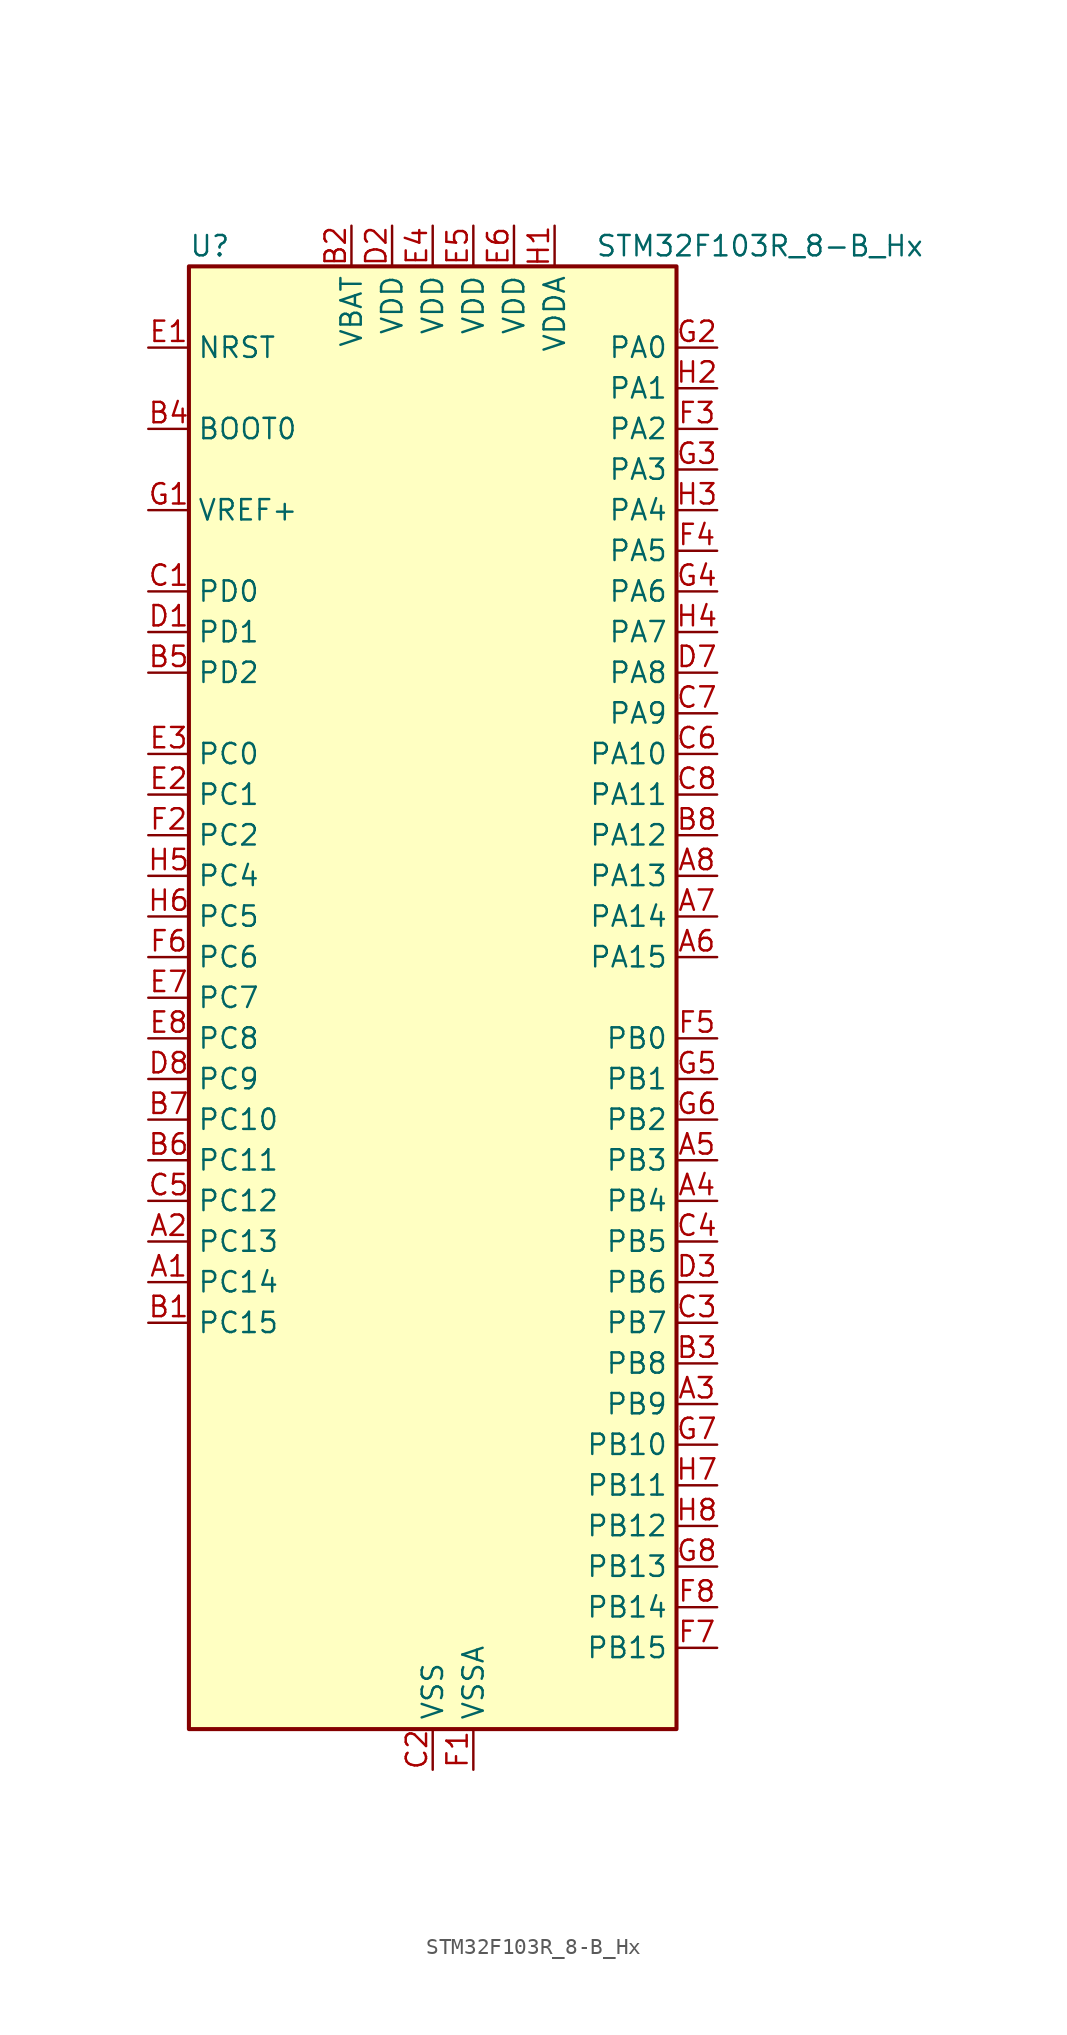
<source format=kicad_sym>
(kicad_symbol_lib
  (version 20241209)
  (generator "kicad_symbol_editor")
  (generator_version "9.0")
  (symbol "STM32F103R_8-B_Hx"
    (property "Reference" "U"
      (at -15.24 46.99 0)
      (effects (font (size 1.27 1.27)) (justify left)))
    (property "Value" "STM32F103R_8-B_Hx"
      (at 10.16 46.99 0)
      (effects (font (size 1.27 1.27)) (justify left)))
    (symbol "STM32F103R_8-B_Hx_0_1"
      (rectangle (start -15.24 -45.72) (end 15.24 45.72) (stroke (width 0.254) (type default)) (fill (type background))))
    (symbol "STM32F103R_8-B_Hx_1_1"
      (pin input line (at -17.78 40.64 0) (length 2.54) (name "NRST" (effects (font (size 1.27 1.27)))) (number "E1" (effects (font (size 1.27 1.27)))))
      (pin input line (at -17.78 35.56 0) (length 2.54) (name "BOOT0" (effects (font (size 1.27 1.27)))) (number "B4" (effects (font (size 1.27 1.27)))))
      (pin input line (at -17.78 30.48 0) (length 2.54) (name "VREF+" (effects (font (size 1.27 1.27)))) (number "G1" (effects (font (size 1.27 1.27)))))
      (pin bidirectional line (at -17.78 25.4 0) (length 2.54) (name "PD0" (effects (font (size 1.27 1.27)))) (number "C1" (effects (font (size 1.27 1.27)))) (alternate "RCC_OSC_IN" bidirectional line))
      (pin bidirectional line (at -17.78 22.86 0) (length 2.54) (name "PD1" (effects (font (size 1.27 1.27)))) (number "D1" (effects (font (size 1.27 1.27)))) (alternate "RCC_OSC_OUT" bidirectional line))
      (pin bidirectional line (at -17.78 20.32 0) (length 2.54) (name "PD2" (effects (font (size 1.27 1.27)))) (number "B5" (effects (font (size 1.27 1.27)))) (alternate "TIM3_ETR" bidirectional line))
      (pin bidirectional line (at -17.78 15.24 0) (length 2.54) (name "PC0" (effects (font (size 1.27 1.27)))) (number "E3" (effects (font (size 1.27 1.27)))) (alternate "ADC1_IN10" bidirectional line) (alternate "ADC2_IN10" bidirectional line))
      (pin bidirectional line (at -17.78 12.7 0) (length 2.54) (name "PC1" (effects (font (size 1.27 1.27)))) (number "E2" (effects (font (size 1.27 1.27)))) (alternate "ADC1_IN11" bidirectional line) (alternate "ADC2_IN11" bidirectional line))
      (pin bidirectional line (at -17.78 10.16 0) (length 2.54) (name "PC2" (effects (font (size 1.27 1.27)))) (number "F2" (effects (font (size 1.27 1.27)))) (alternate "ADC1_IN12" bidirectional line) (alternate "ADC2_IN12" bidirectional line))
      (pin bidirectional line (at -17.78 7.62 0) (length 2.54) (name "PC4" (effects (font (size 1.27 1.27)))) (number "H5" (effects (font (size 1.27 1.27)))) (alternate "ADC1_IN14" bidirectional line) (alternate "ADC2_IN14" bidirectional line))
      (pin bidirectional line (at -17.78 5.08 0) (length 2.54) (name "PC5" (effects (font (size 1.27 1.27)))) (number "H6" (effects (font (size 1.27 1.27)))) (alternate "ADC1_IN15" bidirectional line) (alternate "ADC2_IN15" bidirectional line))
      (pin bidirectional line (at -17.78 2.54 0) (length 2.54) (name "PC6" (effects (font (size 1.27 1.27)))) (number "F6" (effects (font (size 1.27 1.27)))) (alternate "TIM3_CH1" bidirectional line))
      (pin bidirectional line (at -17.78 0 0) (length 2.54) (name "PC7" (effects (font (size 1.27 1.27)))) (number "E7" (effects (font (size 1.27 1.27)))) (alternate "TIM3_CH2" bidirectional line))
      (pin bidirectional line (at -17.78 -2.54 0) (length 2.54) (name "PC8" (effects (font (size 1.27 1.27)))) (number "E8" (effects (font (size 1.27 1.27)))) (alternate "TIM3_CH3" bidirectional line))
      (pin bidirectional line (at -17.78 -5.08 0) (length 2.54) (name "PC9" (effects (font (size 1.27 1.27)))) (number "D8" (effects (font (size 1.27 1.27)))) (alternate "TIM3_CH4" bidirectional line))
      (pin bidirectional line (at -17.78 -7.62 0) (length 2.54) (name "PC10" (effects (font (size 1.27 1.27)))) (number "B7" (effects (font (size 1.27 1.27)))) (alternate "USART3_TX" bidirectional line))
      (pin bidirectional line (at -17.78 -10.16 0) (length 2.54) (name "PC11" (effects (font (size 1.27 1.27)))) (number "B6" (effects (font (size 1.27 1.27)))) (alternate "ADC1_EXTI11" bidirectional line) (alternate "ADC2_EXTI11" bidirectional line) (alternate "USART3_RX" bidirectional line))
      (pin bidirectional line (at -17.78 -12.7 0) (length 2.54) (name "PC12" (effects (font (size 1.27 1.27)))) (number "C5" (effects (font (size 1.27 1.27)))) (alternate "USART3_CK" bidirectional line))
      (pin bidirectional line (at -17.78 -15.24 0) (length 2.54) (name "PC13" (effects (font (size 1.27 1.27)))) (number "A2" (effects (font (size 1.27 1.27)))) (alternate "RTC_OUT" bidirectional line) (alternate "RTC_TAMPER" bidirectional line))
      (pin bidirectional line (at -17.78 -17.78 0) (length 2.54) (name "PC14" (effects (font (size 1.27 1.27)))) (number "A1" (effects (font (size 1.27 1.27)))) (alternate "RCC_OSC32_IN" bidirectional line))
      (pin bidirectional line (at -17.78 -20.32 0) (length 2.54) (name "PC15" (effects (font (size 1.27 1.27)))) (number "B1" (effects (font (size 1.27 1.27)))) (alternate "ADC1_EXTI15" bidirectional line) (alternate "ADC2_EXTI15" bidirectional line) (alternate "RCC_OSC32_OUT" bidirectional line))
      (pin power_in line (at -5.08 48.26 270) (length 2.54) (name "VBAT" (effects (font (size 1.27 1.27)))) (number "B2" (effects (font (size 1.27 1.27)))))
      (pin power_in line (at -2.54 48.26 270) (length 2.54) (name "VDD" (effects (font (size 1.27 1.27)))) (number "D2" (effects (font (size 1.27 1.27)))))
      (pin power_in line (at 0 48.26 270) (length 2.54) (name "VDD" (effects (font (size 1.27 1.27)))) (number "E4" (effects (font (size 1.27 1.27)))))
      (pin power_in line (at 0 -48.26 90) (length 2.54) (name "VSS" (effects (font (size 1.27 1.27)))) (number "C2" (effects (font (size 1.27 1.27)))))
      (pin passive line (at 0 -48.26 90) (length 2.54) (hide yes) (name "VSS" (effects (font (size 1.27 1.27)))) (number "D4" (effects (font (size 1.27 1.27)))))
      (pin passive line (at 0 -48.26 90) (length 2.54) (hide yes) (name "VSS" (effects (font (size 1.27 1.27)))) (number "D5" (effects (font (size 1.27 1.27)))))
      (pin passive line (at 0 -48.26 90) (length 2.54) (hide yes) (name "VSS" (effects (font (size 1.27 1.27)))) (number "D6" (effects (font (size 1.27 1.27)))))
      (pin power_in line (at 2.54 48.26 270) (length 2.54) (name "VDD" (effects (font (size 1.27 1.27)))) (number "E5" (effects (font (size 1.27 1.27)))))
      (pin power_in line (at 2.54 -48.26 90) (length 2.54) (name "VSSA" (effects (font (size 1.27 1.27)))) (number "F1" (effects (font (size 1.27 1.27)))))
      (pin power_in line (at 5.08 48.26 270) (length 2.54) (name "VDD" (effects (font (size 1.27 1.27)))) (number "E6" (effects (font (size 1.27 1.27)))))
      (pin power_in line (at 7.62 48.26 270) (length 2.54) (name "VDDA" (effects (font (size 1.27 1.27)))) (number "H1" (effects (font (size 1.27 1.27)))))
      (pin bidirectional line (at 17.78 40.64 180) (length 2.54) (name "PA0" (effects (font (size 1.27 1.27)))) (number "G2" (effects (font (size 1.27 1.27)))) (alternate "ADC1_IN0" bidirectional line) (alternate "ADC2_IN0" bidirectional line) (alternate "SYS_WKUP" bidirectional line) (alternate "TIM2_CH1" bidirectional line) (alternate "TIM2_ETR" bidirectional line) (alternate "USART2_CTS" bidirectional line))
      (pin bidirectional line (at 17.78 38.1 180) (length 2.54) (name "PA1" (effects (font (size 1.27 1.27)))) (number "H2" (effects (font (size 1.27 1.27)))) (alternate "ADC1_IN1" bidirectional line) (alternate "ADC2_IN1" bidirectional line) (alternate "TIM2_CH2" bidirectional line) (alternate "USART2_RTS" bidirectional line))
      (pin bidirectional line (at 17.78 35.56 180) (length 2.54) (name "PA2" (effects (font (size 1.27 1.27)))) (number "F3" (effects (font (size 1.27 1.27)))) (alternate "ADC1_IN2" bidirectional line) (alternate "ADC2_IN2" bidirectional line) (alternate "TIM2_CH3" bidirectional line) (alternate "USART2_TX" bidirectional line))
      (pin bidirectional line (at 17.78 33.02 180) (length 2.54) (name "PA3" (effects (font (size 1.27 1.27)))) (number "G3" (effects (font (size 1.27 1.27)))) (alternate "ADC1_IN3" bidirectional line) (alternate "ADC2_IN3" bidirectional line) (alternate "TIM2_CH4" bidirectional line) (alternate "USART2_RX" bidirectional line))
      (pin bidirectional line (at 17.78 30.48 180) (length 2.54) (name "PA4" (effects (font (size 1.27 1.27)))) (number "H3" (effects (font (size 1.27 1.27)))) (alternate "ADC1_IN4" bidirectional line) (alternate "ADC2_IN4" bidirectional line) (alternate "SPI1_NSS" bidirectional line) (alternate "USART2_CK" bidirectional line))
      (pin bidirectional line (at 17.78 27.94 180) (length 2.54) (name "PA5" (effects (font (size 1.27 1.27)))) (number "F4" (effects (font (size 1.27 1.27)))) (alternate "ADC1_IN5" bidirectional line) (alternate "ADC2_IN5" bidirectional line) (alternate "SPI1_SCK" bidirectional line))
      (pin bidirectional line (at 17.78 25.4 180) (length 2.54) (name "PA6" (effects (font (size 1.27 1.27)))) (number "G4" (effects (font (size 1.27 1.27)))) (alternate "ADC1_IN6" bidirectional line) (alternate "ADC2_IN6" bidirectional line) (alternate "SPI1_MISO" bidirectional line) (alternate "TIM1_BKIN" bidirectional line) (alternate "TIM3_CH1" bidirectional line))
      (pin bidirectional line (at 17.78 22.86 180) (length 2.54) (name "PA7" (effects (font (size 1.27 1.27)))) (number "H4" (effects (font (size 1.27 1.27)))) (alternate "ADC1_IN7" bidirectional line) (alternate "ADC2_IN7" bidirectional line) (alternate "SPI1_MOSI" bidirectional line) (alternate "TIM1_CH1N" bidirectional line) (alternate "TIM3_CH2" bidirectional line))
      (pin bidirectional line (at 17.78 20.32 180) (length 2.54) (name "PA8" (effects (font (size 1.27 1.27)))) (number "D7" (effects (font (size 1.27 1.27)))) (alternate "RCC_MCO" bidirectional line) (alternate "TIM1_CH1" bidirectional line) (alternate "USART1_CK" bidirectional line))
      (pin bidirectional line (at 17.78 17.78 180) (length 2.54) (name "PA9" (effects (font (size 1.27 1.27)))) (number "C7" (effects (font (size 1.27 1.27)))) (alternate "TIM1_CH2" bidirectional line) (alternate "USART1_TX" bidirectional line))
      (pin bidirectional line (at 17.78 15.24 180) (length 2.54) (name "PA10" (effects (font (size 1.27 1.27)))) (number "C6" (effects (font (size 1.27 1.27)))) (alternate "TIM1_CH3" bidirectional line) (alternate "USART1_RX" bidirectional line))
      (pin bidirectional line (at 17.78 12.7 180) (length 2.54) (name "PA11" (effects (font (size 1.27 1.27)))) (number "C8" (effects (font (size 1.27 1.27)))) (alternate "ADC1_EXTI11" bidirectional line) (alternate "ADC2_EXTI11" bidirectional line) (alternate "CAN_RX" bidirectional line) (alternate "TIM1_CH4" bidirectional line) (alternate "USART1_CTS" bidirectional line) (alternate "USB_DM" bidirectional line))
      (pin bidirectional line (at 17.78 10.16 180) (length 2.54) (name "PA12" (effects (font (size 1.27 1.27)))) (number "B8" (effects (font (size 1.27 1.27)))) (alternate "CAN_TX" bidirectional line) (alternate "TIM1_ETR" bidirectional line) (alternate "USART1_RTS" bidirectional line) (alternate "USB_DP" bidirectional line))
      (pin bidirectional line (at 17.78 7.62 180) (length 2.54) (name "PA13" (effects (font (size 1.27 1.27)))) (number "A8" (effects (font (size 1.27 1.27)))) (alternate "SYS_JTMS-SWDIO" bidirectional line))
      (pin bidirectional line (at 17.78 5.08 180) (length 2.54) (name "PA14" (effects (font (size 1.27 1.27)))) (number "A7" (effects (font (size 1.27 1.27)))) (alternate "SYS_JTCK-SWCLK" bidirectional line))
      (pin bidirectional line (at 17.78 2.54 180) (length 2.54) (name "PA15" (effects (font (size 1.27 1.27)))) (number "A6" (effects (font (size 1.27 1.27)))) (alternate "ADC1_EXTI15" bidirectional line) (alternate "ADC2_EXTI15" bidirectional line) (alternate "SPI1_NSS" bidirectional line) (alternate "SYS_JTDI" bidirectional line) (alternate "TIM2_CH1" bidirectional line) (alternate "TIM2_ETR" bidirectional line))
      (pin bidirectional line (at 17.78 -2.54 180) (length 2.54) (name "PB0" (effects (font (size 1.27 1.27)))) (number "F5" (effects (font (size 1.27 1.27)))) (alternate "ADC1_IN8" bidirectional line) (alternate "ADC2_IN8" bidirectional line) (alternate "TIM1_CH2N" bidirectional line) (alternate "TIM3_CH3" bidirectional line))
      (pin bidirectional line (at 17.78 -5.08 180) (length 2.54) (name "PB1" (effects (font (size 1.27 1.27)))) (number "G5" (effects (font (size 1.27 1.27)))) (alternate "ADC1_IN9" bidirectional line) (alternate "ADC2_IN9" bidirectional line) (alternate "TIM1_CH3N" bidirectional line) (alternate "TIM3_CH4" bidirectional line))
      (pin bidirectional line (at 17.78 -7.62 180) (length 2.54) (name "PB2" (effects (font (size 1.27 1.27)))) (number "G6" (effects (font (size 1.27 1.27)))))
      (pin bidirectional line (at 17.78 -10.16 180) (length 2.54) (name "PB3" (effects (font (size 1.27 1.27)))) (number "A5" (effects (font (size 1.27 1.27)))) (alternate "SPI1_SCK" bidirectional line) (alternate "SYS_JTDO-TRACESWO" bidirectional line) (alternate "TIM2_CH2" bidirectional line))
      (pin bidirectional line (at 17.78 -12.7 180) (length 2.54) (name "PB4" (effects (font (size 1.27 1.27)))) (number "A4" (effects (font (size 1.27 1.27)))) (alternate "SPI1_MISO" bidirectional line) (alternate "SYS_NJTRST" bidirectional line) (alternate "TIM3_CH1" bidirectional line))
      (pin bidirectional line (at 17.78 -15.24 180) (length 2.54) (name "PB5" (effects (font (size 1.27 1.27)))) (number "C4" (effects (font (size 1.27 1.27)))) (alternate "I2C1_SMBA" bidirectional line) (alternate "SPI1_MOSI" bidirectional line) (alternate "TIM3_CH2" bidirectional line))
      (pin bidirectional line (at 17.78 -17.78 180) (length 2.54) (name "PB6" (effects (font (size 1.27 1.27)))) (number "D3" (effects (font (size 1.27 1.27)))) (alternate "I2C1_SCL" bidirectional line) (alternate "TIM4_CH1" bidirectional line) (alternate "USART1_TX" bidirectional line))
      (pin bidirectional line (at 17.78 -20.32 180) (length 2.54) (name "PB7" (effects (font (size 1.27 1.27)))) (number "C3" (effects (font (size 1.27 1.27)))) (alternate "I2C1_SDA" bidirectional line) (alternate "TIM4_CH2" bidirectional line) (alternate "USART1_RX" bidirectional line))
      (pin bidirectional line (at 17.78 -22.86 180) (length 2.54) (name "PB8" (effects (font (size 1.27 1.27)))) (number "B3" (effects (font (size 1.27 1.27)))) (alternate "CAN_RX" bidirectional line) (alternate "I2C1_SCL" bidirectional line) (alternate "TIM4_CH3" bidirectional line))
      (pin bidirectional line (at 17.78 -25.4 180) (length 2.54) (name "PB9" (effects (font (size 1.27 1.27)))) (number "A3" (effects (font (size 1.27 1.27)))) (alternate "CAN_TX" bidirectional line) (alternate "I2C1_SDA" bidirectional line) (alternate "TIM4_CH4" bidirectional line))
      (pin bidirectional line (at 17.78 -27.94 180) (length 2.54) (name "PB10" (effects (font (size 1.27 1.27)))) (number "G7" (effects (font (size 1.27 1.27)))) (alternate "I2C2_SCL" bidirectional line) (alternate "TIM2_CH3" bidirectional line) (alternate "USART3_TX" bidirectional line))
      (pin bidirectional line (at 17.78 -30.48 180) (length 2.54) (name "PB11" (effects (font (size 1.27 1.27)))) (number "H7" (effects (font (size 1.27 1.27)))) (alternate "ADC1_EXTI11" bidirectional line) (alternate "ADC2_EXTI11" bidirectional line) (alternate "I2C2_SDA" bidirectional line) (alternate "TIM2_CH4" bidirectional line) (alternate "USART3_RX" bidirectional line))
      (pin bidirectional line (at 17.78 -33.02 180) (length 2.54) (name "PB12" (effects (font (size 1.27 1.27)))) (number "H8" (effects (font (size 1.27 1.27)))) (alternate "I2C2_SMBA" bidirectional line) (alternate "SPI2_NSS" bidirectional line) (alternate "TIM1_BKIN" bidirectional line) (alternate "USART3_CK" bidirectional line))
      (pin bidirectional line (at 17.78 -35.56 180) (length 2.54) (name "PB13" (effects (font (size 1.27 1.27)))) (number "G8" (effects (font (size 1.27 1.27)))) (alternate "SPI2_SCK" bidirectional line) (alternate "TIM1_CH1N" bidirectional line) (alternate "USART3_CTS" bidirectional line))
      (pin bidirectional line (at 17.78 -38.1 180) (length 2.54) (name "PB14" (effects (font (size 1.27 1.27)))) (number "F8" (effects (font (size 1.27 1.27)))) (alternate "SPI2_MISO" bidirectional line) (alternate "TIM1_CH2N" bidirectional line) (alternate "USART3_RTS" bidirectional line))
      (pin bidirectional line (at 17.78 -40.64 180) (length 2.54) (name "PB15" (effects (font (size 1.27 1.27)))) (number "F7" (effects (font (size 1.27 1.27)))) (alternate "ADC1_EXTI15" bidirectional line) (alternate "ADC2_EXTI15" bidirectional line) (alternate "SPI2_MOSI" bidirectional line) (alternate "TIM1_CH3N" bidirectional line)))))
</source>
